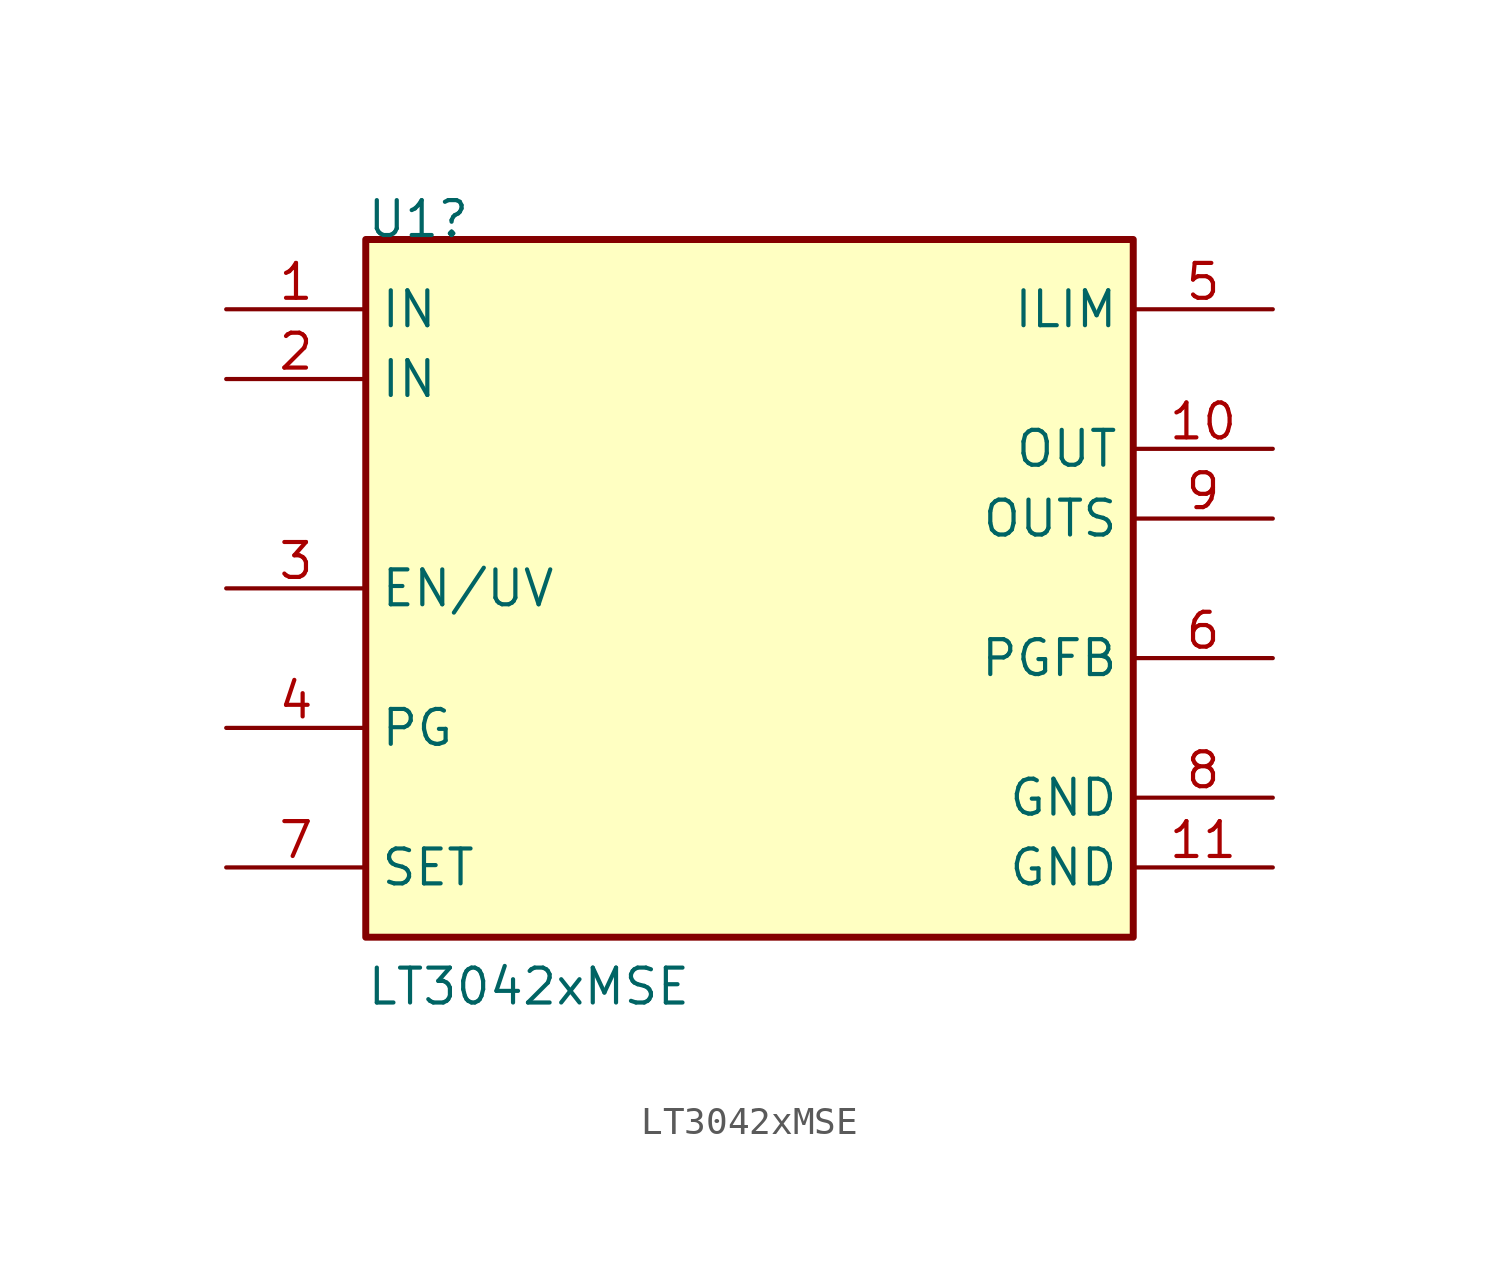
<source format=kicad_sym>
(kicad_symbol_lib
  (version 20241209)
  (generator "kicad_symbol_editor")
  (generator_version "9.0")
  (symbol "LT3042xMSE"
    (property "Reference" "U1"
      (at 5.08 2.54 0)
      (effects (font (size 1.27 1.27)) (justify left bottom)))
    (property "Value" "LT3042xMSE"
      (at 5.08 -25.4 0)
      (effects (font (size 1.27 1.27)) (justify left bottom)))
    (symbol "LT3042xMSE_1_0"
      (rectangle (start 33.02 2.54) (end 5.08 -22.86) (stroke (width 0.254) (type default)) (fill (type background)))
      (pin power_in line (at 0 0 0) (length 5.08) (name "IN" (effects (font (size 1.27 1.27)))) (number "1" (effects (font (size 1.27 1.27)))))
      (pin power_in line (at 0 -2.54 0) (length 5.08) (name "IN" (effects (font (size 1.27 1.27)))) (number "2" (effects (font (size 1.27 1.27)))))
      (pin input line (at 0 -10.16 0) (length 5.08) (name "EN/UV" (effects (font (size 1.27 1.27)))) (number "3" (effects (font (size 1.27 1.27)))))
      (pin open_collector line (at 0 -15.24 0) (length 5.08) (name "PG" (effects (font (size 1.27 1.27)))) (number "4" (effects (font (size 1.27 1.27)))))
      (pin input line (at 0 -20.32 0) (length 5.08) (name "SET" (effects (font (size 1.27 1.27)))) (number "7" (effects (font (size 1.27 1.27)))))
      (pin passive line (at 38.1 0 180) (length 5.08) (name "ILIM" (effects (font (size 1.27 1.27)))) (number "5" (effects (font (size 1.27 1.27)))))
      (pin output line (at 38.1 -5.08 180) (length 5.08) (name "OUT" (effects (font (size 1.27 1.27)))) (number "10" (effects (font (size 1.27 1.27)))))
      (pin output line (at 38.1 -7.62 180) (length 5.08) (name "OUTS" (effects (font (size 1.27 1.27)))) (number "9" (effects (font (size 1.27 1.27)))))
      (pin passive line (at 38.1 -12.7 180) (length 5.08) (name "PGFB" (effects (font (size 1.27 1.27)))) (number "6" (effects (font (size 1.27 1.27)))))
      (pin open_emitter line (at 38.1 -17.78 180) (length 5.08) (name "GND" (effects (font (size 1.27 1.27)))) (number "8" (effects (font (size 1.27 1.27)))))
      (pin power_in line (at 38.1 -20.32 180) (length 5.08) (name "GND" (effects (font (size 1.27 1.27)))) (number "11" (effects (font (size 1.27 1.27))))))))
</source>
